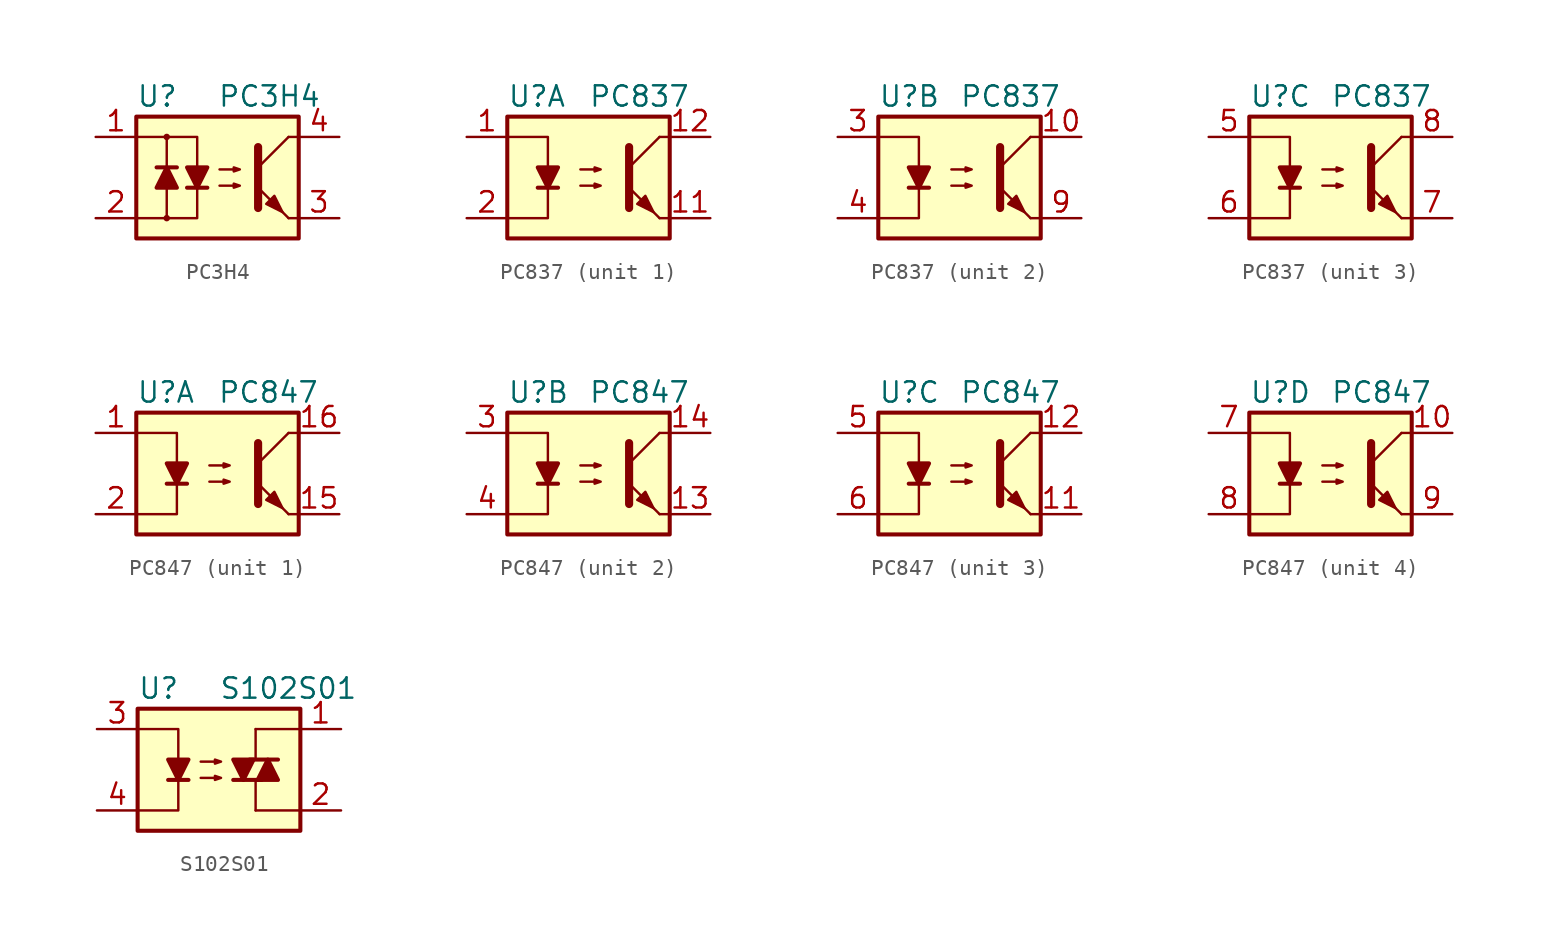
<source format=kicad_sym>
(kicad_symbol_lib
  (version 20211014)
  (generator kicad_symbol_editor)
  (symbol "PC3H4"
    (pin_names
      (offset 1.016))
    (property "Reference" "U"
      (at -5.08 5.08 0)
      (effects (font (size 1.27 1.27)) (justify left)))
    (property "Value" "PC3H4"
      (at 0 5.08 0)
      (effects (font (size 1.27 1.27)) (justify left)))
    (symbol "PC3H4_0_1"
      (rectangle (start -5.08 3.81) (end 5.08 -3.81) (stroke (width 0.254) (type default) (color 0 0 0 0)) (fill (type background)))
      (circle (center -3.175 -2.54) (radius 0.127) (stroke (width 0) (type default) (color 0 0 0 0)) (fill (type none)))
      (circle (center -3.175 2.54) (radius 0.127) (stroke (width 0) (type default) (color 0 0 0 0)) (fill (type none)))
      (polyline (pts (xy -3.81 0.635) (xy -2.54 0.635)) (stroke (width 0.254) (type default) (color 0 0 0 0)) (fill (type none)))
      (polyline (pts (xy -3.175 -0.635) (xy -3.175 -2.54)) (stroke (width 0) (type default) (color 0 0 0 0)) (fill (type none)))
      (polyline (pts (xy -3.175 0.635) (xy -3.175 2.54)) (stroke (width 0) (type default) (color 0 0 0 0)) (fill (type none)))
      (polyline (pts (xy -1.905 -0.635) (xy -0.635 -0.635)) (stroke (width 0.254) (type default) (color 0 0 0 0)) (fill (type none)))
      (polyline (pts (xy 2.54 0.635) (xy 4.445 2.54)) (stroke (width 0) (type default) (color 0 0 0 0)) (fill (type none)))
      (polyline (pts (xy 4.445 -2.54) (xy 2.54 -0.635)) (stroke (width 0) (type default) (color 0 0 0 0)) (fill (type outline)))
      (polyline (pts (xy 4.445 -2.54) (xy 5.08 -2.54)) (stroke (width 0) (type default) (color 0 0 0 0)) (fill (type none)))
      (polyline (pts (xy 4.445 2.54) (xy 5.08 2.54)) (stroke (width 0) (type default) (color 0 0 0 0)) (fill (type none)))
      (polyline (pts (xy -5.08 2.54) (xy -1.27 2.54) (xy -1.27 0.635)) (stroke (width 0) (type default) (color 0 0 0 0)) (fill (type none)))
      (polyline (pts (xy -1.27 -0.635) (xy -1.27 -2.54) (xy -5.08 -2.54)) (stroke (width 0) (type default) (color 0 0 0 0)) (fill (type none)))
      (polyline (pts (xy 2.54 1.905) (xy 2.54 -1.905) (xy 2.54 -1.905)) (stroke (width 0.508) (type default) (color 0 0 0 0)) (fill (type none)))
      (polyline (pts (xy -3.175 0.635) (xy -3.81 -0.635) (xy -2.54 -0.635) (xy -3.175 0.635)) (stroke (width 0.254) (type default) (color 0 0 0 0)) (fill (type outline)))
      (polyline (pts (xy -1.27 -0.635) (xy -1.905 0.635) (xy -0.635 0.635) (xy -1.27 -0.635)) (stroke (width 0.254) (type default) (color 0 0 0 0)) (fill (type outline)))
      (polyline (pts (xy 0.127 -0.508) (xy 1.397 -0.508) (xy 1.016 -0.635) (xy 1.016 -0.381) (xy 1.397 -0.508)) (stroke (width 0) (type default) (color 0 0 0 0)) (fill (type none)))
      (polyline (pts (xy 0.127 0.508) (xy 1.397 0.508) (xy 1.016 0.381) (xy 1.016 0.635) (xy 1.397 0.508)) (stroke (width 0) (type default) (color 0 0 0 0)) (fill (type none)))
      (polyline (pts (xy 3.048 -1.651) (xy 3.556 -1.143) (xy 4.064 -2.159) (xy 3.048 -1.651) (xy 3.048 -1.651)) (stroke (width 0) (type default) (color 0 0 0 0)) (fill (type outline))))
    (symbol "PC3H4_1_1"
      (pin passive line (at -7.62 2.54 0) (length 2.54) (name "~" (effects (font (size 1.27 1.27)))) (number "1" (effects (font (size 1.27 1.27)))))
      (pin passive line (at -7.62 -2.54 0) (length 2.54) (name "~" (effects (font (size 1.27 1.27)))) (number "2" (effects (font (size 1.27 1.27)))))
      (pin passive line (at 7.62 -2.54 180) (length 2.54) (name "~" (effects (font (size 1.27 1.27)))) (number "3" (effects (font (size 1.27 1.27)))))
      (pin passive line (at 7.62 2.54 180) (length 2.54) (name "~" (effects (font (size 1.27 1.27)))) (number "4" (effects (font (size 1.27 1.27)))))))
  (symbol "PC837"
    (pin_names
      (offset 1.016))
    (property "Reference" "U"
      (at -5.08 5.08 0)
      (effects (font (size 1.27 1.27)) (justify left)))
    (property "Value" "PC837"
      (at 0 5.08 0)
      (effects (font (size 1.27 1.27)) (justify left)))
    (symbol "PC837_0_1"
      (rectangle (start -5.08 3.81) (end 5.08 -3.81) (stroke (width 0.254) (type default) (color 0 0 0 0)) (fill (type background)))
      (polyline (pts (xy -3.175 -0.635) (xy -1.905 -0.635)) (stroke (width 0.254) (type default) (color 0 0 0 0)) (fill (type none)))
      (polyline (pts (xy 2.54 0.635) (xy 4.445 2.54)) (stroke (width 0) (type default) (color 0 0 0 0)) (fill (type none)))
      (polyline (pts (xy 4.445 -2.54) (xy 2.54 -0.635)) (stroke (width 0) (type default) (color 0 0 0 0)) (fill (type outline)))
      (polyline (pts (xy 4.445 -2.54) (xy 5.08 -2.54)) (stroke (width 0) (type default) (color 0 0 0 0)) (fill (type none)))
      (polyline (pts (xy 4.445 2.54) (xy 5.08 2.54)) (stroke (width 0) (type default) (color 0 0 0 0)) (fill (type none)))
      (polyline (pts (xy -5.08 2.54) (xy -2.54 2.54) (xy -2.54 0.635)) (stroke (width 0) (type default) (color 0 0 0 0)) (fill (type none)))
      (polyline (pts (xy -2.54 -0.635) (xy -2.54 -2.54) (xy -5.08 -2.54)) (stroke (width 0) (type default) (color 0 0 0 0)) (fill (type none)))
      (polyline (pts (xy 2.54 1.905) (xy 2.54 -1.905) (xy 2.54 -1.905)) (stroke (width 0.508) (type default) (color 0 0 0 0)) (fill (type none)))
      (polyline (pts (xy -2.54 -0.635) (xy -3.175 0.635) (xy -1.905 0.635) (xy -2.54 -0.635)) (stroke (width 0.254) (type default) (color 0 0 0 0)) (fill (type outline)))
      (polyline (pts (xy -0.508 -0.508) (xy 0.762 -0.508) (xy 0.381 -0.635) (xy 0.381 -0.381) (xy 0.762 -0.508)) (stroke (width 0) (type default) (color 0 0 0 0)) (fill (type none)))
      (polyline (pts (xy -0.508 0.508) (xy 0.762 0.508) (xy 0.381 0.381) (xy 0.381 0.635) (xy 0.762 0.508)) (stroke (width 0) (type default) (color 0 0 0 0)) (fill (type none)))
      (polyline (pts (xy 3.048 -1.651) (xy 3.556 -1.143) (xy 4.064 -2.159) (xy 3.048 -1.651) (xy 3.048 -1.651)) (stroke (width 0) (type default) (color 0 0 0 0)) (fill (type outline))))
    (symbol "PC837_1_1"
      (pin passive line (at -7.62 2.54 0) (length 2.54) (name "~" (effects (font (size 1.27 1.27)))) (number "1" (effects (font (size 1.27 1.27)))))
      (pin passive line (at 7.62 -2.54 180) (length 2.54) (name "~" (effects (font (size 1.27 1.27)))) (number "11" (effects (font (size 1.27 1.27)))))
      (pin passive line (at 7.62 2.54 180) (length 2.54) (name "~" (effects (font (size 1.27 1.27)))) (number "12" (effects (font (size 1.27 1.27)))))
      (pin passive line (at -7.62 -2.54 0) (length 2.54) (name "~" (effects (font (size 1.27 1.27)))) (number "2" (effects (font (size 1.27 1.27))))))
    (symbol "PC837_2_1"
      (pin passive line (at 7.62 2.54 180) (length 2.54) (name "~" (effects (font (size 1.27 1.27)))) (number "10" (effects (font (size 1.27 1.27)))))
      (pin passive line (at -7.62 2.54 0) (length 2.54) (name "~" (effects (font (size 1.27 1.27)))) (number "3" (effects (font (size 1.27 1.27)))))
      (pin passive line (at -7.62 -2.54 0) (length 2.54) (name "~" (effects (font (size 1.27 1.27)))) (number "4" (effects (font (size 1.27 1.27)))))
      (pin passive line (at 7.62 -2.54 180) (length 2.54) (name "~" (effects (font (size 1.27 1.27)))) (number "9" (effects (font (size 1.27 1.27))))))
    (symbol "PC837_3_1"
      (pin passive line (at -7.62 2.54 0) (length 2.54) (name "~" (effects (font (size 1.27 1.27)))) (number "5" (effects (font (size 1.27 1.27)))))
      (pin passive line (at -7.62 -2.54 0) (length 2.54) (name "~" (effects (font (size 1.27 1.27)))) (number "6" (effects (font (size 1.27 1.27)))))
      (pin passive line (at 7.62 -2.54 180) (length 2.54) (name "~" (effects (font (size 1.27 1.27)))) (number "7" (effects (font (size 1.27 1.27)))))
      (pin passive line (at 7.62 2.54 180) (length 2.54) (name "~" (effects (font (size 1.27 1.27)))) (number "8" (effects (font (size 1.27 1.27)))))))
  (symbol "PC847"
    (pin_names
      (offset 1.016))
    (property "Reference" "U"
      (at -5.08 5.08 0)
      (effects (font (size 1.27 1.27)) (justify left)))
    (property "Value" "PC847"
      (at 0 5.08 0)
      (effects (font (size 1.27 1.27)) (justify left)))
    (symbol "PC847_0_1"
      (rectangle (start -5.08 3.81) (end 5.08 -3.81) (stroke (width 0.254) (type default) (color 0 0 0 0)) (fill (type background)))
      (polyline (pts (xy -3.175 -0.635) (xy -1.905 -0.635)) (stroke (width 0.254) (type default) (color 0 0 0 0)) (fill (type none)))
      (polyline (pts (xy 2.54 0.635) (xy 4.445 2.54)) (stroke (width 0) (type default) (color 0 0 0 0)) (fill (type none)))
      (polyline (pts (xy 4.445 -2.54) (xy 2.54 -0.635)) (stroke (width 0) (type default) (color 0 0 0 0)) (fill (type outline)))
      (polyline (pts (xy 4.445 -2.54) (xy 5.08 -2.54)) (stroke (width 0) (type default) (color 0 0 0 0)) (fill (type none)))
      (polyline (pts (xy 4.445 2.54) (xy 5.08 2.54)) (stroke (width 0) (type default) (color 0 0 0 0)) (fill (type none)))
      (polyline (pts (xy -5.08 2.54) (xy -2.54 2.54) (xy -2.54 0.635)) (stroke (width 0) (type default) (color 0 0 0 0)) (fill (type none)))
      (polyline (pts (xy -2.54 -0.635) (xy -2.54 -2.54) (xy -5.08 -2.54)) (stroke (width 0) (type default) (color 0 0 0 0)) (fill (type none)))
      (polyline (pts (xy 2.54 1.905) (xy 2.54 -1.905) (xy 2.54 -1.905)) (stroke (width 0.508) (type default) (color 0 0 0 0)) (fill (type none)))
      (polyline (pts (xy -2.54 -0.635) (xy -3.175 0.635) (xy -1.905 0.635) (xy -2.54 -0.635)) (stroke (width 0.254) (type default) (color 0 0 0 0)) (fill (type outline)))
      (polyline (pts (xy -0.508 -0.508) (xy 0.762 -0.508) (xy 0.381 -0.635) (xy 0.381 -0.381) (xy 0.762 -0.508)) (stroke (width 0) (type default) (color 0 0 0 0)) (fill (type none)))
      (polyline (pts (xy -0.508 0.508) (xy 0.762 0.508) (xy 0.381 0.381) (xy 0.381 0.635) (xy 0.762 0.508)) (stroke (width 0) (type default) (color 0 0 0 0)) (fill (type none)))
      (polyline (pts (xy 3.048 -1.651) (xy 3.556 -1.143) (xy 4.064 -2.159) (xy 3.048 -1.651) (xy 3.048 -1.651)) (stroke (width 0) (type default) (color 0 0 0 0)) (fill (type outline))))
    (symbol "PC847_1_1"
      (pin passive line (at -7.62 2.54 0) (length 2.54) (name "~" (effects (font (size 1.27 1.27)))) (number "1" (effects (font (size 1.27 1.27)))))
      (pin passive line (at 7.62 -2.54 180) (length 2.54) (name "~" (effects (font (size 1.27 1.27)))) (number "15" (effects (font (size 1.27 1.27)))))
      (pin passive line (at 7.62 2.54 180) (length 2.54) (name "~" (effects (font (size 1.27 1.27)))) (number "16" (effects (font (size 1.27 1.27)))))
      (pin passive line (at -7.62 -2.54 0) (length 2.54) (name "~" (effects (font (size 1.27 1.27)))) (number "2" (effects (font (size 1.27 1.27))))))
    (symbol "PC847_2_1"
      (pin passive line (at 7.62 -2.54 180) (length 2.54) (name "~" (effects (font (size 1.27 1.27)))) (number "13" (effects (font (size 1.27 1.27)))))
      (pin passive line (at 7.62 2.54 180) (length 2.54) (name "~" (effects (font (size 1.27 1.27)))) (number "14" (effects (font (size 1.27 1.27)))))
      (pin passive line (at -7.62 2.54 0) (length 2.54) (name "~" (effects (font (size 1.27 1.27)))) (number "3" (effects (font (size 1.27 1.27)))))
      (pin passive line (at -7.62 -2.54 0) (length 2.54) (name "~" (effects (font (size 1.27 1.27)))) (number "4" (effects (font (size 1.27 1.27))))))
    (symbol "PC847_3_1"
      (pin passive line (at 7.62 -2.54 180) (length 2.54) (name "~" (effects (font (size 1.27 1.27)))) (number "11" (effects (font (size 1.27 1.27)))))
      (pin passive line (at 7.62 2.54 180) (length 2.54) (name "~" (effects (font (size 1.27 1.27)))) (number "12" (effects (font (size 1.27 1.27)))))
      (pin passive line (at -7.62 2.54 0) (length 2.54) (name "~" (effects (font (size 1.27 1.27)))) (number "5" (effects (font (size 1.27 1.27)))))
      (pin passive line (at -7.62 -2.54 0) (length 2.54) (name "~" (effects (font (size 1.27 1.27)))) (number "6" (effects (font (size 1.27 1.27))))))
    (symbol "PC847_4_1"
      (pin passive line (at 7.62 2.54 180) (length 2.54) (name "~" (effects (font (size 1.27 1.27)))) (number "10" (effects (font (size 1.27 1.27)))))
      (pin passive line (at -7.62 2.54 0) (length 2.54) (name "~" (effects (font (size 1.27 1.27)))) (number "7" (effects (font (size 1.27 1.27)))))
      (pin passive line (at -7.62 -2.54 0) (length 2.54) (name "~" (effects (font (size 1.27 1.27)))) (number "8" (effects (font (size 1.27 1.27)))))
      (pin passive line (at 7.62 -2.54 180) (length 2.54) (name "~" (effects (font (size 1.27 1.27)))) (number "9" (effects (font (size 1.27 1.27)))))))
  (symbol "S102S01"
    (pin_names
      (offset 1.016))
    (property "Reference" "U"
      (at -5.08 5.08 0)
      (effects (font (size 1.27 1.27)) (justify left)))
    (property "Value" "S102S01"
      (at 0 5.08 0)
      (effects (font (size 1.27 1.27)) (justify left)))
    (symbol "S102S01_0_1"
      (rectangle (start -5.08 3.81) (end 5.08 -3.81) (stroke (width 0.254) (type default) (color 0 0 0 0)) (fill (type background)))
      (polyline (pts (xy -3.175 -0.635) (xy -1.905 -0.635)) (stroke (width 0.254) (type default) (color 0 0 0 0)) (fill (type none)))
      (polyline (pts (xy 1.905 0.635) (xy 3.683 0.635)) (stroke (width 0.254) (type default) (color 0 0 0 0)) (fill (type none)))
      (polyline (pts (xy 2.286 -2.54) (xy 2.286 -0.635)) (stroke (width 0) (type default) (color 0 0 0 0)) (fill (type none)))
      (polyline (pts (xy 2.286 -2.54) (xy 5.08 -2.54)) (stroke (width 0) (type default) (color 0 0 0 0)) (fill (type none)))
      (polyline (pts (xy 2.286 2.54) (xy 2.286 0.635)) (stroke (width 0) (type default) (color 0 0 0 0)) (fill (type none)))
      (polyline (pts (xy 2.286 2.54) (xy 5.08 2.54)) (stroke (width 0) (type default) (color 0 0 0 0)) (fill (type none)))
      (polyline (pts (xy 2.667 -0.635) (xy 0.889 -0.635)) (stroke (width 0.254) (type default) (color 0 0 0 0)) (fill (type none)))
      (polyline (pts (xy -5.08 2.54) (xy -2.54 2.54) (xy -2.54 0.635)) (stroke (width 0) (type default) (color 0 0 0 0)) (fill (type none)))
      (polyline (pts (xy -2.54 -0.635) (xy -2.54 -2.54) (xy -5.08 -2.54)) (stroke (width 0) (type default) (color 0 0 0 0)) (fill (type none)))
      (polyline (pts (xy -2.54 -0.635) (xy -3.175 0.635) (xy -1.905 0.635) (xy -2.54 -0.635)) (stroke (width 0.254) (type default) (color 0 0 0 0)) (fill (type outline)))
      (polyline (pts (xy 1.524 -0.635) (xy 2.159 0.635) (xy 0.889 0.635) (xy 1.524 -0.635)) (stroke (width 0.254) (type default) (color 0 0 0 0)) (fill (type outline)))
      (polyline (pts (xy 3.048 0.635) (xy 2.413 -0.635) (xy 3.683 -0.635) (xy 3.048 0.635)) (stroke (width 0.254) (type default) (color 0 0 0 0)) (fill (type outline)))
      (polyline (pts (xy -1.143 -0.508) (xy 0.127 -0.508) (xy -0.254 -0.635) (xy -0.254 -0.381) (xy 0.127 -0.508)) (stroke (width 0) (type default) (color 0 0 0 0)) (fill (type none)))
      (polyline (pts (xy -1.143 0.508) (xy 0.127 0.508) (xy -0.254 0.381) (xy -0.254 0.635) (xy 0.127 0.508)) (stroke (width 0) (type default) (color 0 0 0 0)) (fill (type none))))
    (symbol "S102S01_1_1"
      (pin passive line (at 7.62 2.54 180) (length 2.54) (name "~" (effects (font (size 1.27 1.27)))) (number "1" (effects (font (size 1.27 1.27)))))
      (pin passive line (at 7.62 -2.54 180) (length 2.54) (name "~" (effects (font (size 1.27 1.27)))) (number "2" (effects (font (size 1.27 1.27)))))
      (pin passive line (at -7.62 2.54 0) (length 2.54) (name "~" (effects (font (size 1.27 1.27)))) (number "3" (effects (font (size 1.27 1.27)))))
      (pin passive line (at -7.62 -2.54 0) (length 2.54) (name "~" (effects (font (size 1.27 1.27)))) (number "4" (effects (font (size 1.27 1.27))))))))
</source>
